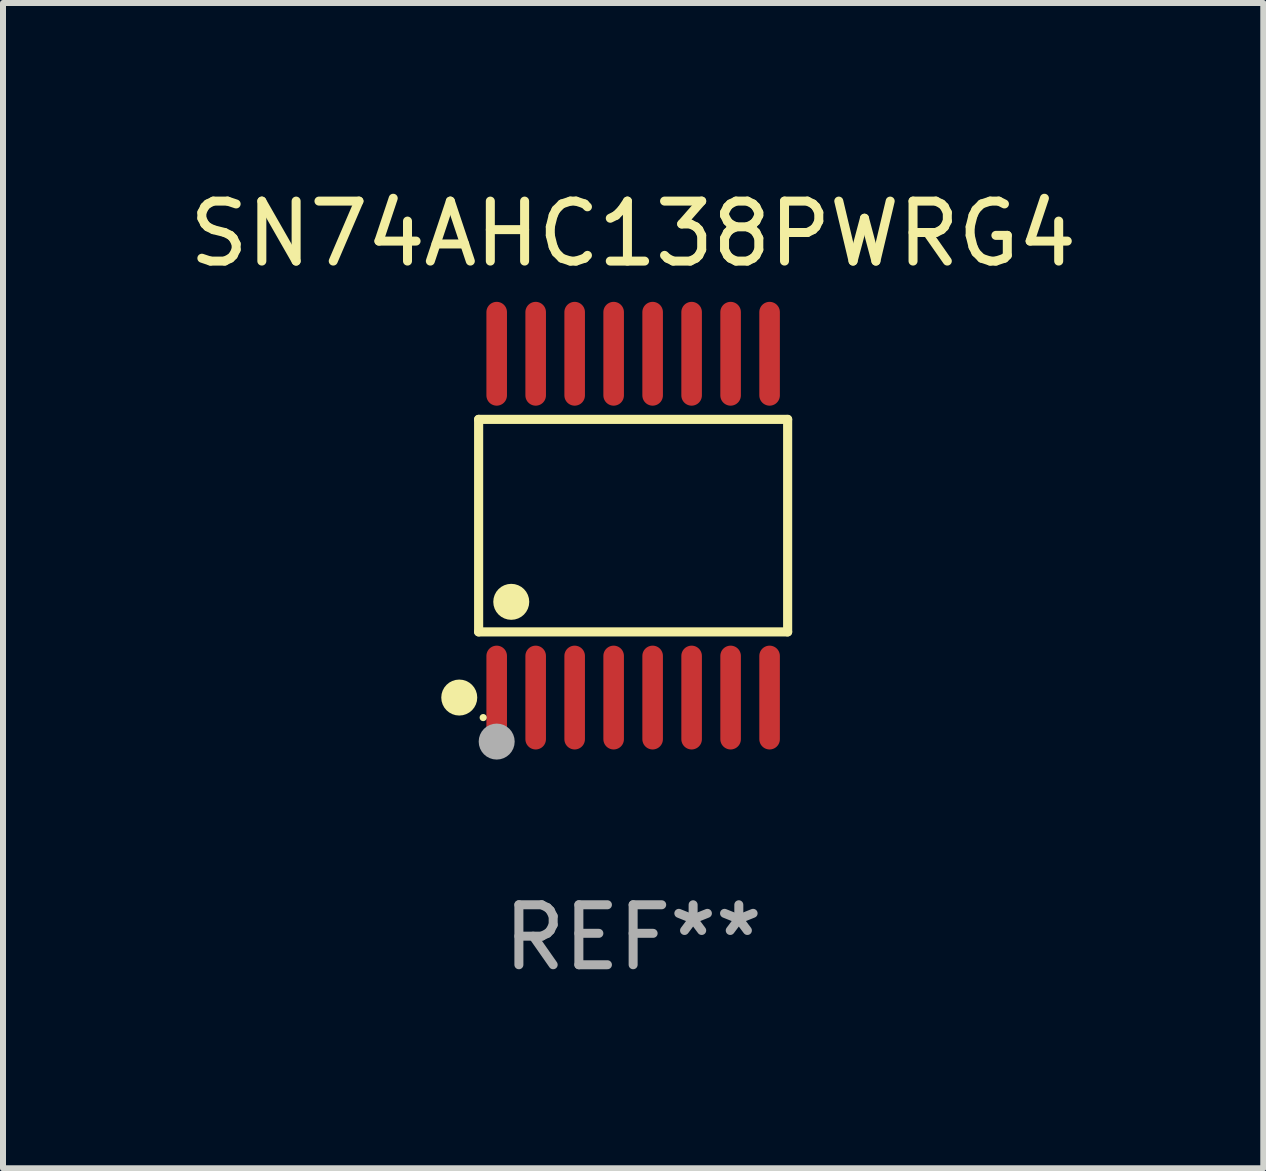
<source format=kicad_pcb>
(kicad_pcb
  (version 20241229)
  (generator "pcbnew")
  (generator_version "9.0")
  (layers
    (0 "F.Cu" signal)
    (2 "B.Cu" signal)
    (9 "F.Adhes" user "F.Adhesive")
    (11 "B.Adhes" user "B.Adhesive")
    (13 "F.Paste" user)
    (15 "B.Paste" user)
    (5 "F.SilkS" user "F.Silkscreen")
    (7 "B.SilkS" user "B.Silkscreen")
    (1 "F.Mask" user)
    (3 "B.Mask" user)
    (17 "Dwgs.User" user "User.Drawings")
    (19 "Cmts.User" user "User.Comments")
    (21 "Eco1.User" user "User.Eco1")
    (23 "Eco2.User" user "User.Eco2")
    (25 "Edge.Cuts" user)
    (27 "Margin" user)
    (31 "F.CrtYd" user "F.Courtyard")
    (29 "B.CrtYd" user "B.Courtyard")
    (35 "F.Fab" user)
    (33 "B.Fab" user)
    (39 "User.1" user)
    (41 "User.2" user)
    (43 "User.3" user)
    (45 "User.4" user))
  (footprint "SN74AHC138PWRG4"
    (layer "F.Cu")
    (at 7.506 5.714)
    (property "Reference" "SN74AHC138PWRG4" (at 0 -4.866 0) (layer "F.SilkS") (effects (font (size 1 1) (thickness 0.15))))
    (attr through_hole)
    (fp_line (start -2.576 -1.772) (end 2.576 -1.772) (stroke (width 0.152) (type solid)) (layer "F.SilkS"))
    (fp_line (start -2.576 1.771) (end -2.576 -1.772) (stroke (width 0.152) (type solid)) (layer "F.SilkS"))
    (fp_line (start 2.576 -1.772) (end 2.576 1.771) (stroke (width 0.152) (type solid)) (layer "F.SilkS"))
    (fp_line (start 2.576 1.771) (end -2.576 1.771) (stroke (width 0.152) (type solid)) (layer "F.SilkS"))
    (fp_circle (center -2.899 2.866) (end -2.749 2.866) (stroke (width 0.3) (type solid)) (fill no) (layer "F.SilkS"))
    (fp_circle (center -2.5 3.2) (end -2.47 3.2) (stroke (width 0.06) (type solid)) (fill no) (layer "F.SilkS"))
    (fp_circle (center -2.032 1.27) (end -1.882 1.27) (stroke (width 0.3) (type solid)) (fill no) (layer "F.SilkS"))
    (fp_circle (center -2.275 3.6) (end -2.125 3.6) (stroke (width 0.3) (type solid)) (fill no) (layer "F.Fab"))
    (fp_text user "REF**" (at 0 6.866 0) (layer "F.Fab") (effects (font (size 1 1) (thickness 0.15))))
    (pad "1" smd oval (at -2.275 2.866) (size 0.343 1.731) (layers "F.Cu" "F.Mask" "F.Paste"))
    (pad "2" smd oval (at -1.625 2.866) (size 0.343 1.731) (layers "F.Cu" "F.Mask" "F.Paste"))
    (pad "3" smd oval (at -0.975 2.866) (size 0.343 1.731) (layers "F.Cu" "F.Mask" "F.Paste"))
    (pad "4" smd oval (at -0.325 2.866) (size 0.343 1.731) (layers "F.Cu" "F.Mask" "F.Paste"))
    (pad "5" smd oval (at 0.325 2.866) (size 0.343 1.731) (layers "F.Cu" "F.Mask" "F.Paste"))
    (pad "6" smd oval (at 0.975 2.866) (size 0.343 1.731) (layers "F.Cu" "F.Mask" "F.Paste"))
    (pad "7" smd oval (at 1.625 2.866) (size 0.343 1.731) (layers "F.Cu" "F.Mask" "F.Paste"))
    (pad "8" smd oval (at 2.275 2.866) (size 0.343 1.731) (layers "F.Cu" "F.Mask" "F.Paste"))
    (pad "9" smd oval (at 2.275 -2.866) (size 0.343 1.731) (layers "F.Cu" "F.Mask" "F.Paste"))
    (pad "10" smd oval (at 1.625 -2.866) (size 0.343 1.731) (layers "F.Cu" "F.Mask" "F.Paste"))
    (pad "11" smd oval (at 0.975 -2.866) (size 0.343 1.731) (layers "F.Cu" "F.Mask" "F.Paste"))
    (pad "12" smd oval (at 0.325 -2.866) (size 0.343 1.731) (layers "F.Cu" "F.Mask" "F.Paste"))
    (pad "13" smd oval (at -0.325 -2.866) (size 0.343 1.731) (layers "F.Cu" "F.Mask" "F.Paste"))
    (pad "14" smd oval (at -0.975 -2.866) (size 0.343 1.731) (layers "F.Cu" "F.Mask" "F.Paste"))
    (pad "15" smd oval (at -1.625 -2.866) (size 0.343 1.731) (layers "F.Cu" "F.Mask" "F.Paste"))
    (pad "16" smd oval (at -2.275 -2.866) (size 0.343 1.731) (layers "F.Cu" "F.Mask" "F.Paste")))
  (gr_rect
    (start -3 -3)
    (end 18.012 16.428)
    (stroke (width 0.1) (type default))
    (fill no)
    (layer "Edge.Cuts")))
</source>
